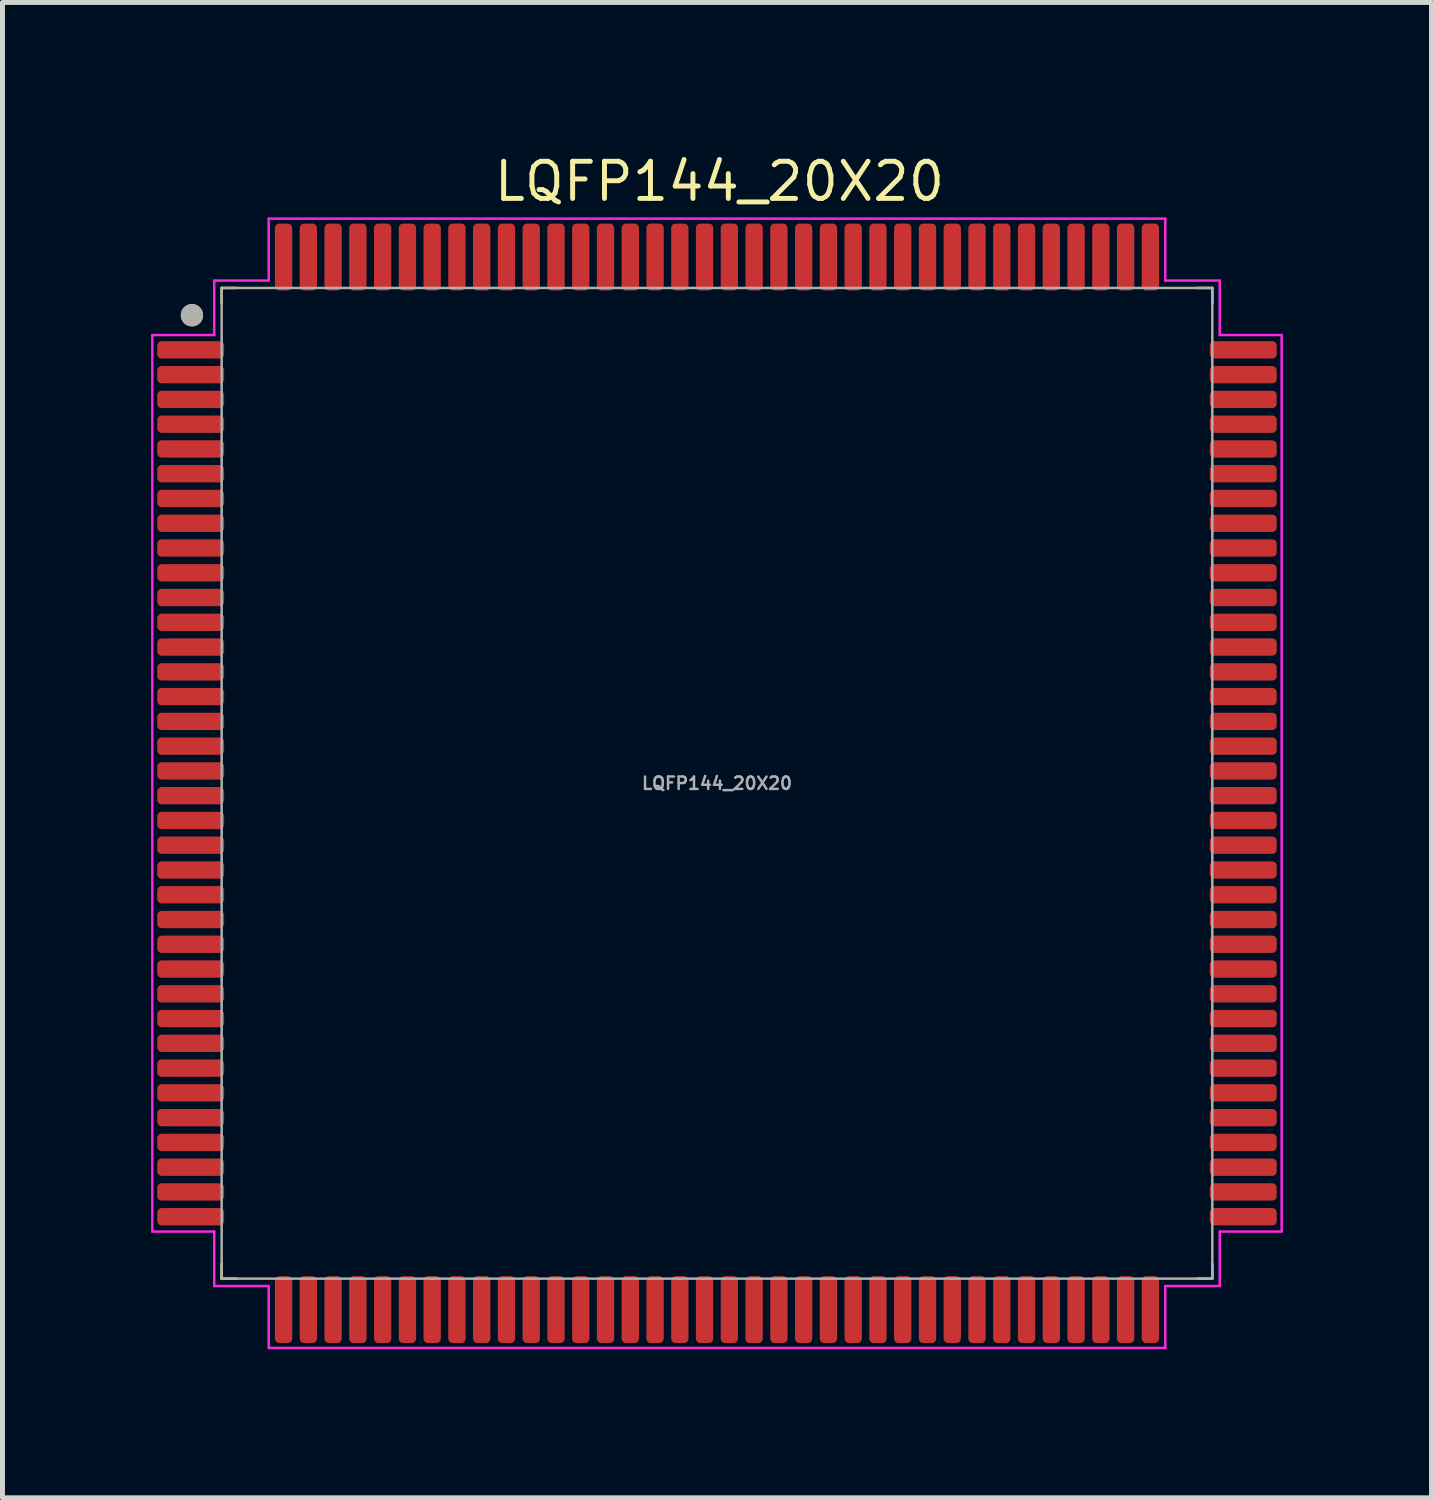
<source format=kicad_pcb>
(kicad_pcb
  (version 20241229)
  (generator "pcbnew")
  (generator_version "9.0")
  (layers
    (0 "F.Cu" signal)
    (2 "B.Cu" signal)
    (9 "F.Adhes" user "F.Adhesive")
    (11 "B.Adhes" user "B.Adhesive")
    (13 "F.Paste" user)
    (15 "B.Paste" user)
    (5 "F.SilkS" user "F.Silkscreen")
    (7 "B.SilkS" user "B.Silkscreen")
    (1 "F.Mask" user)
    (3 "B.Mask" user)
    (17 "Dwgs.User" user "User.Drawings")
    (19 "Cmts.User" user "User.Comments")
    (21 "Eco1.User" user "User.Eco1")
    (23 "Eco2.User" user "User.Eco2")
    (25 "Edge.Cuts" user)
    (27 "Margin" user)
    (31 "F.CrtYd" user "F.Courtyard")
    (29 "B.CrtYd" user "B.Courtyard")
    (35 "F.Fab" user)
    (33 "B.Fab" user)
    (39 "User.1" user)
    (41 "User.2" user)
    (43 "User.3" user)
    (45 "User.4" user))
  (footprint "LQFP144_20X20"
    (layer "F.Cu")
    (at 11.425 12.764)
    (property "Reference" "LQFP144_20X20" (at 0.05 -12.15 0) (unlocked yes) (layer "F.SilkS") (effects (font (size 0.75 0.75) (thickness 0.1))))
    (attr smd)
    (fp_line (start -10 -10) (end -10 -9.7) (stroke (width 0.05) (type solid)) (layer "F.SilkS"))
    (fp_line (start -10 -10) (end -9.7 -10) (stroke (width 0.05) (type solid)) (layer "F.SilkS"))
    (fp_line (start -10 10) (end -10 9.7) (stroke (width 0.05) (type solid)) (layer "F.SilkS"))
    (fp_line (start -10 10) (end -9.7 10) (stroke (width 0.05) (type solid)) (layer "F.SilkS"))
    (fp_line (start 10 -10) (end 9.7 -10) (stroke (width 0.05) (type solid)) (layer "F.SilkS"))
    (fp_line (start 10 -10) (end 10 -9.7) (stroke (width 0.05) (type solid)) (layer "F.SilkS"))
    (fp_line (start 10 10) (end 9.7 10) (stroke (width 0.05) (type solid)) (layer "F.SilkS"))
    (fp_line (start 10 10) (end 10 9.7) (stroke (width 0.05) (type solid)) (layer "F.SilkS"))
    (fp_circle (center -10.6 -9.45) (end -10.6 -9.45) (stroke (width 0.05) (type solid)) (fill no) (layer "F.SilkS"))
    (fp_circle (center -10.6 -9.45) (end -10.55 -9.45) (stroke (width 0.05) (type solid)) (fill no) (layer "F.SilkS"))
    (fp_circle (center -10.6 -9.45) (end -10.5 -9.45) (stroke (width 0.05) (type solid)) (fill no) (layer "F.SilkS"))
    (fp_circle (center -10.6 -9.45) (end -10.45 -9.45) (stroke (width 0.05) (type solid)) (fill no) (layer "F.SilkS"))
    (fp_circle (center -10.6 -9.45) (end -10.4 -9.45) (stroke (width 0.05) (type solid)) (fill no) (layer "F.SilkS"))
    (fp_line (start -11.4 -9.05) (end -10.15 -9.05) (stroke (width 0.05) (type solid)) (layer "F.CrtYd"))
    (fp_line (start -11.4 9.05) (end -11.4 -9.05) (stroke (width 0.05) (type solid)) (layer "F.CrtYd"))
    (fp_line (start -10.15 -10.15) (end -9.05 -10.15) (stroke (width 0.05) (type solid)) (layer "F.CrtYd"))
    (fp_line (start -10.15 -9.05) (end -10.15 -10.15) (stroke (width 0.05) (type solid)) (layer "F.CrtYd"))
    (fp_line (start -10.15 9.05) (end -11.4 9.05) (stroke (width 0.05) (type solid)) (layer "F.CrtYd"))
    (fp_line (start -10.15 10.15) (end -10.15 9.05) (stroke (width 0.05) (type solid)) (layer "F.CrtYd"))
    (fp_line (start -9.05 -11.4) (end 9.05 -11.4) (stroke (width 0.05) (type solid)) (layer "F.CrtYd"))
    (fp_line (start -9.05 -10.15) (end -9.05 -11.4) (stroke (width 0.05) (type solid)) (layer "F.CrtYd"))
    (fp_line (start -9.05 10.15) (end -10.15 10.15) (stroke (width 0.05) (type solid)) (layer "F.CrtYd"))
    (fp_line (start -9.05 11.4) (end -9.05 10.15) (stroke (width 0.05) (type solid)) (layer "F.CrtYd"))
    (fp_line (start 9.05 -11.4) (end 9.05 -10.15) (stroke (width 0.05) (type solid)) (layer "F.CrtYd"))
    (fp_line (start 9.05 -10.15) (end 10.15 -10.15) (stroke (width 0.05) (type solid)) (layer "F.CrtYd"))
    (fp_line (start 9.05 10.15) (end 9.05 11.4) (stroke (width 0.05) (type solid)) (layer "F.CrtYd"))
    (fp_line (start 9.05 11.4) (end -9.05 11.4) (stroke (width 0.05) (type solid)) (layer "F.CrtYd"))
    (fp_line (start 10.15 -10.15) (end 10.15 -9.05) (stroke (width 0.05) (type solid)) (layer "F.CrtYd"))
    (fp_line (start 10.15 -9.05) (end 11.4 -9.05) (stroke (width 0.05) (type solid)) (layer "F.CrtYd"))
    (fp_line (start 10.15 9.05) (end 10.15 10.15) (stroke (width 0.05) (type solid)) (layer "F.CrtYd"))
    (fp_line (start 10.15 10.15) (end 9.05 10.15) (stroke (width 0.05) (type solid)) (layer "F.CrtYd"))
    (fp_line (start 11.4 -9.05) (end 11.4 9.05) (stroke (width 0.05) (type solid)) (layer "F.CrtYd"))
    (fp_line (start 11.4 9.05) (end 10.15 9.05) (stroke (width 0.05) (type solid)) (layer "F.CrtYd"))
    (fp_line (start -10 -10) (end -10 10) (stroke (width 0.05) (type solid)) (layer "F.Fab"))
    (fp_line (start -10 -10) (end 10 -10) (stroke (width 0.05) (type solid)) (layer "F.Fab"))
    (fp_line (start -10 10) (end 10 10) (stroke (width 0.05) (type solid)) (layer "F.Fab"))
    (fp_line (start 10 10) (end 10 -10) (stroke (width 0.05) (type solid)) (layer "F.Fab"))
    (fp_circle (center -10.6 -9.45) (end -10.6 -9.45) (stroke (width 0.05) (type solid)) (fill no) (layer "F.Fab"))
    (fp_circle (center -10.6 -9.45) (end -10.55 -9.45) (stroke (width 0.05) (type solid)) (fill no) (layer "F.Fab"))
    (fp_circle (center -10.6 -9.45) (end -10.5 -9.45) (stroke (width 0.05) (type solid)) (fill no) (layer "F.Fab"))
    (fp_circle (center -10.6 -9.45) (end -10.45 -9.45) (stroke (width 0.05) (type solid)) (fill no) (layer "F.Fab"))
    (fp_circle (center -10.6 -9.45) (end -10.4 -9.45) (stroke (width 0.05) (type solid)) (fill no) (layer "F.Fab"))
    (fp_text user "${REFERENCE}" (at 0 0 0) (unlocked yes) (layer "F.Fab") (effects (font (size 0.25 0.25) (thickness 0.05))))
    (pad "1" smd roundrect (at -10.625 -8.75) (size 1.35 0.35) (layers "F.Cu" "F.Mask" "F.Paste") (roundrect_rratio 0.25))
    (pad "2" smd roundrect (at -10.625 -8.25) (size 1.35 0.35) (layers "F.Cu" "F.Mask" "F.Paste") (roundrect_rratio 0.25))
    (pad "3" smd roundrect (at -10.625 -7.75) (size 1.35 0.35) (layers "F.Cu" "F.Mask" "F.Paste") (roundrect_rratio 0.25))
    (pad "4" smd roundrect (at -10.625 -7.25) (size 1.35 0.35) (layers "F.Cu" "F.Mask" "F.Paste") (roundrect_rratio 0.25))
    (pad "5" smd roundrect (at -10.625 -6.75) (size 1.35 0.35) (layers "F.Cu" "F.Mask" "F.Paste") (roundrect_rratio 0.25))
    (pad "6" smd roundrect (at -10.625 -6.25) (size 1.35 0.35) (layers "F.Cu" "F.Mask" "F.Paste") (roundrect_rratio 0.25))
    (pad "7" smd roundrect (at -10.625 -5.75) (size 1.35 0.35) (layers "F.Cu" "F.Mask" "F.Paste") (roundrect_rratio 0.25))
    (pad "8" smd roundrect (at -10.625 -5.25) (size 1.35 0.35) (layers "F.Cu" "F.Mask" "F.Paste") (roundrect_rratio 0.25))
    (pad "9" smd roundrect (at -10.625 -4.75) (size 1.35 0.35) (layers "F.Cu" "F.Mask" "F.Paste") (roundrect_rratio 0.25))
    (pad "10" smd roundrect (at -10.625 -4.25) (size 1.35 0.35) (layers "F.Cu" "F.Mask" "F.Paste") (roundrect_rratio 0.25))
    (pad "11" smd roundrect (at -10.625 -3.75) (size 1.35 0.35) (layers "F.Cu" "F.Mask" "F.Paste") (roundrect_rratio 0.25))
    (pad "12" smd roundrect (at -10.625 -3.25) (size 1.35 0.35) (layers "F.Cu" "F.Mask" "F.Paste") (roundrect_rratio 0.25))
    (pad "13" smd roundrect (at -10.625 -2.75) (size 1.35 0.35) (layers "F.Cu" "F.Mask" "F.Paste") (roundrect_rratio 0.25))
    (pad "14" smd roundrect (at -10.625 -2.25) (size 1.35 0.35) (layers "F.Cu" "F.Mask" "F.Paste") (roundrect_rratio 0.25))
    (pad "15" smd roundrect (at -10.625 -1.75) (size 1.35 0.35) (layers "F.Cu" "F.Mask" "F.Paste") (roundrect_rratio 0.25))
    (pad "16" smd roundrect (at -10.625 -1.25) (size 1.35 0.35) (layers "F.Cu" "F.Mask" "F.Paste") (roundrect_rratio 0.25))
    (pad "17" smd roundrect (at -10.625 -0.75) (size 1.35 0.35) (layers "F.Cu" "F.Mask" "F.Paste") (roundrect_rratio 0.25))
    (pad "18" smd roundrect (at -10.625 -0.25) (size 1.35 0.35) (layers "F.Cu" "F.Mask" "F.Paste") (roundrect_rratio 0.25))
    (pad "19" smd roundrect (at -10.625 0.25) (size 1.35 0.35) (layers "F.Cu" "F.Mask" "F.Paste") (roundrect_rratio 0.25))
    (pad "20" smd roundrect (at -10.625 0.75) (size 1.35 0.35) (layers "F.Cu" "F.Mask" "F.Paste") (roundrect_rratio 0.25))
    (pad "21" smd roundrect (at -10.625 1.25) (size 1.35 0.35) (layers "F.Cu" "F.Mask" "F.Paste") (roundrect_rratio 0.25))
    (pad "22" smd roundrect (at -10.625 1.75) (size 1.35 0.35) (layers "F.Cu" "F.Mask" "F.Paste") (roundrect_rratio 0.25))
    (pad "23" smd roundrect (at -10.625 2.25) (size 1.35 0.35) (layers "F.Cu" "F.Mask" "F.Paste") (roundrect_rratio 0.25))
    (pad "24" smd roundrect (at -10.625 2.75) (size 1.35 0.35) (layers "F.Cu" "F.Mask" "F.Paste") (roundrect_rratio 0.25))
    (pad "25" smd roundrect (at -10.625 3.25) (size 1.35 0.35) (layers "F.Cu" "F.Mask" "F.Paste") (roundrect_rratio 0.25))
    (pad "26" smd roundrect (at -10.625 3.75) (size 1.35 0.35) (layers "F.Cu" "F.Mask" "F.Paste") (roundrect_rratio 0.25))
    (pad "27" smd roundrect (at -10.625 4.25) (size 1.35 0.35) (layers "F.Cu" "F.Mask" "F.Paste") (roundrect_rratio 0.25))
    (pad "28" smd roundrect (at -10.625 4.75) (size 1.35 0.35) (layers "F.Cu" "F.Mask" "F.Paste") (roundrect_rratio 0.25))
    (pad "29" smd roundrect (at -10.625 5.25) (size 1.35 0.35) (layers "F.Cu" "F.Mask" "F.Paste") (roundrect_rratio 0.25))
    (pad "30" smd roundrect (at -10.625 5.75) (size 1.35 0.35) (layers "F.Cu" "F.Mask" "F.Paste") (roundrect_rratio 0.25))
    (pad "31" smd roundrect (at -10.625 6.25) (size 1.35 0.35) (layers "F.Cu" "F.Mask" "F.Paste") (roundrect_rratio 0.25))
    (pad "32" smd roundrect (at -10.625 6.75) (size 1.35 0.35) (layers "F.Cu" "F.Mask" "F.Paste") (roundrect_rratio 0.25))
    (pad "33" smd roundrect (at -10.625 7.25) (size 1.35 0.35) (layers "F.Cu" "F.Mask" "F.Paste") (roundrect_rratio 0.25))
    (pad "34" smd roundrect (at -10.625 7.75) (size 1.35 0.35) (layers "F.Cu" "F.Mask" "F.Paste") (roundrect_rratio 0.25))
    (pad "35" smd roundrect (at -10.625 8.25) (size 1.35 0.35) (layers "F.Cu" "F.Mask" "F.Paste") (roundrect_rratio 0.25))
    (pad "36" smd roundrect (at -10.625 8.75) (size 1.35 0.35) (layers "F.Cu" "F.Mask" "F.Paste") (roundrect_rratio 0.25))
    (pad "37" smd roundrect (at -8.75 10.625 90) (size 1.35 0.35) (layers "F.Cu" "F.Mask" "F.Paste") (roundrect_rratio 0.25))
    (pad "38" smd roundrect (at -8.25 10.625 90) (size 1.35 0.35) (layers "F.Cu" "F.Mask" "F.Paste") (roundrect_rratio 0.25))
    (pad "39" smd roundrect (at -7.75 10.625 270) (size 1.35 0.35) (layers "F.Cu" "F.Mask" "F.Paste") (roundrect_rratio 0.25))
    (pad "40" smd roundrect (at -7.25 10.625 90) (size 1.35 0.35) (layers "F.Cu" "F.Mask" "F.Paste") (roundrect_rratio 0.25))
    (pad "41" smd roundrect (at -6.75 10.625 90) (size 1.35 0.35) (layers "F.Cu" "F.Mask" "F.Paste") (roundrect_rratio 0.25))
    (pad "42" smd roundrect (at -6.25 10.625 90) (size 1.35 0.35) (layers "F.Cu" "F.Mask" "F.Paste") (roundrect_rratio 0.25))
    (pad "43" smd roundrect (at -5.75 10.625 90) (size 1.35 0.35) (layers "F.Cu" "F.Mask" "F.Paste") (roundrect_rratio 0.25))
    (pad "44" smd roundrect (at -5.25 10.625 90) (size 1.35 0.35) (layers "F.Cu" "F.Mask" "F.Paste") (roundrect_rratio 0.25))
    (pad "45" smd roundrect (at -4.75 10.625 90) (size 1.35 0.35) (layers "F.Cu" "F.Mask" "F.Paste") (roundrect_rratio 0.25))
    (pad "46" smd roundrect (at -4.25 10.625 90) (size 1.35 0.35) (layers "F.Cu" "F.Mask" "F.Paste") (roundrect_rratio 0.25))
    (pad "47" smd roundrect (at -3.75 10.625 90) (size 1.35 0.35) (layers "F.Cu" "F.Mask" "F.Paste") (roundrect_rratio 0.25))
    (pad "48" smd roundrect (at -3.25 10.625 90) (size 1.35 0.35) (layers "F.Cu" "F.Mask" "F.Paste") (roundrect_rratio 0.25))
    (pad "49" smd roundrect (at -2.75 10.625 90) (size 1.35 0.35) (layers "F.Cu" "F.Mask" "F.Paste") (roundrect_rratio 0.25))
    (pad "50" smd roundrect (at -2.25 10.625 90) (size 1.35 0.35) (layers "F.Cu" "F.Mask" "F.Paste") (roundrect_rratio 0.25))
    (pad "51" smd roundrect (at -1.75 10.625 90) (size 1.35 0.35) (layers "F.Cu" "F.Mask" "F.Paste") (roundrect_rratio 0.25))
    (pad "52" smd roundrect (at -1.25 10.625 90) (size 1.35 0.35) (layers "F.Cu" "F.Mask" "F.Paste") (roundrect_rratio 0.25))
    (pad "53" smd roundrect (at -0.75 10.625 90) (size 1.35 0.35) (layers "F.Cu" "F.Mask" "F.Paste") (roundrect_rratio 0.25))
    (pad "54" smd roundrect (at -0.25 10.625 90) (size 1.35 0.35) (layers "F.Cu" "F.Mask" "F.Paste") (roundrect_rratio 0.25))
    (pad "55" smd roundrect (at 0.25 10.625 90) (size 1.35 0.35) (layers "F.Cu" "F.Mask" "F.Paste") (roundrect_rratio 0.25))
    (pad "56" smd roundrect (at 0.75 10.625 90) (size 1.35 0.35) (layers "F.Cu" "F.Mask" "F.Paste") (roundrect_rratio 0.25))
    (pad "57" smd roundrect (at 1.25 10.625 90) (size 1.35 0.35) (layers "F.Cu" "F.Mask" "F.Paste") (roundrect_rratio 0.25))
    (pad "58" smd roundrect (at 1.75 10.625 90) (size 1.35 0.35) (layers "F.Cu" "F.Mask" "F.Paste") (roundrect_rratio 0.25))
    (pad "59" smd roundrect (at 2.25 10.625 90) (size 1.35 0.35) (layers "F.Cu" "F.Mask" "F.Paste") (roundrect_rratio 0.25))
    (pad "60" smd roundrect (at 2.75 10.625 90) (size 1.35 0.35) (layers "F.Cu" "F.Mask" "F.Paste") (roundrect_rratio 0.25))
    (pad "61" smd roundrect (at 3.25 10.625 90) (size 1.35 0.35) (layers "F.Cu" "F.Mask" "F.Paste") (roundrect_rratio 0.25))
    (pad "62" smd roundrect (at 3.75 10.625 90) (size 1.35 0.35) (layers "F.Cu" "F.Mask" "F.Paste") (roundrect_rratio 0.25))
    (pad "63" smd roundrect (at 4.25 10.625 90) (size 1.35 0.35) (layers "F.Cu" "F.Mask" "F.Paste") (roundrect_rratio 0.25))
    (pad "64" smd roundrect (at 4.75 10.625 90) (size 1.35 0.35) (layers "F.Cu" "F.Mask" "F.Paste") (roundrect_rratio 0.25))
    (pad "65" smd roundrect (at 5.25 10.625 90) (size 1.35 0.35) (layers "F.Cu" "F.Mask" "F.Paste") (roundrect_rratio 0.25))
    (pad "66" smd roundrect (at 5.75 10.625 90) (size 1.35 0.35) (layers "F.Cu" "F.Mask" "F.Paste") (roundrect_rratio 0.25))
    (pad "67" smd roundrect (at 6.25 10.625 90) (size 1.35 0.35) (layers "F.Cu" "F.Mask" "F.Paste") (roundrect_rratio 0.25))
    (pad "68" smd roundrect (at 6.75 10.625 90) (size 1.35 0.35) (layers "F.Cu" "F.Mask" "F.Paste") (roundrect_rratio 0.25))
    (pad "69" smd roundrect (at 7.25 10.625 90) (size 1.35 0.35) (layers "F.Cu" "F.Mask" "F.Paste") (roundrect_rratio 0.25))
    (pad "70" smd roundrect (at 7.75 10.625 90) (size 1.35 0.35) (layers "F.Cu" "F.Mask" "F.Paste") (roundrect_rratio 0.25))
    (pad "71" smd roundrect (at 8.25 10.625 90) (size 1.35 0.35) (layers "F.Cu" "F.Mask" "F.Paste") (roundrect_rratio 0.25))
    (pad "72" smd roundrect (at 8.75 10.625 90) (size 1.35 0.35) (layers "F.Cu" "F.Mask" "F.Paste") (roundrect_rratio 0.25))
    (pad "73" smd roundrect (at 10.625 8.75 180) (size 1.35 0.35) (layers "F.Cu" "F.Mask" "F.Paste") (roundrect_rratio 0.25))
    (pad "74" smd roundrect (at 10.625 8.25 180) (size 1.35 0.35) (layers "F.Cu" "F.Mask" "F.Paste") (roundrect_rratio 0.25))
    (pad "75" smd roundrect (at 10.625 7.75 180) (size 1.35 0.35) (layers "F.Cu" "F.Mask" "F.Paste") (roundrect_rratio 0.25))
    (pad "76" smd roundrect (at 10.625 7.25 180) (size 1.35 0.35) (layers "F.Cu" "F.Mask" "F.Paste") (roundrect_rratio 0.25))
    (pad "77" smd roundrect (at 10.625 6.75 180) (size 1.35 0.35) (layers "F.Cu" "F.Mask" "F.Paste") (roundrect_rratio 0.25))
    (pad "78" smd roundrect (at 10.625 6.25 180) (size 1.35 0.35) (layers "F.Cu" "F.Mask" "F.Paste") (roundrect_rratio 0.25))
    (pad "79" smd roundrect (at 10.625 5.75 180) (size 1.35 0.35) (layers "F.Cu" "F.Mask" "F.Paste") (roundrect_rratio 0.25))
    (pad "80" smd roundrect (at 10.625 5.25 180) (size 1.35 0.35) (layers "F.Cu" "F.Mask" "F.Paste") (roundrect_rratio 0.25))
    (pad "81" smd roundrect (at 10.625 4.75 180) (size 1.35 0.35) (layers "F.Cu" "F.Mask" "F.Paste") (roundrect_rratio 0.25))
    (pad "82" smd roundrect (at 10.625 4.25 180) (size 1.35 0.35) (layers "F.Cu" "F.Mask" "F.Paste") (roundrect_rratio 0.25))
    (pad "83" smd roundrect (at 10.625 3.75 180) (size 1.35 0.35) (layers "F.Cu" "F.Mask" "F.Paste") (roundrect_rratio 0.25))
    (pad "84" smd roundrect (at 10.625 3.25 180) (size 1.35 0.35) (layers "F.Cu" "F.Mask" "F.Paste") (roundrect_rratio 0.25))
    (pad "85" smd roundrect (at 10.625 2.75 180) (size 1.35 0.35) (layers "F.Cu" "F.Mask" "F.Paste") (roundrect_rratio 0.25))
    (pad "86" smd roundrect (at 10.625 2.25 180) (size 1.35 0.35) (layers "F.Cu" "F.Mask" "F.Paste") (roundrect_rratio 0.25))
    (pad "87" smd roundrect (at 10.625 1.75 180) (size 1.35 0.35) (layers "F.Cu" "F.Mask" "F.Paste") (roundrect_rratio 0.25))
    (pad "88" smd roundrect (at 10.625 1.25 180) (size 1.35 0.35) (layers "F.Cu" "F.Mask" "F.Paste") (roundrect_rratio 0.25))
    (pad "89" smd roundrect (at 10.625 0.75 180) (size 1.35 0.35) (layers "F.Cu" "F.Mask" "F.Paste") (roundrect_rratio 0.25))
    (pad "90" smd roundrect (at 10.625 0.25 180) (size 1.35 0.35) (layers "F.Cu" "F.Mask" "F.Paste") (roundrect_rratio 0.25))
    (pad "91" smd roundrect (at 10.625 -0.25 180) (size 1.35 0.35) (layers "F.Cu" "F.Mask" "F.Paste") (roundrect_rratio 0.25))
    (pad "92" smd roundrect (at 10.625 -0.75 180) (size 1.35 0.35) (layers "F.Cu" "F.Mask" "F.Paste") (roundrect_rratio 0.25))
    (pad "93" smd roundrect (at 10.625 -1.25 180) (size 1.35 0.35) (layers "F.Cu" "F.Mask" "F.Paste") (roundrect_rratio 0.25))
    (pad "94" smd roundrect (at 10.625 -1.75 180) (size 1.35 0.35) (layers "F.Cu" "F.Mask" "F.Paste") (roundrect_rratio 0.25))
    (pad "95" smd roundrect (at 10.625 -2.25 180) (size 1.35 0.35) (layers "F.Cu" "F.Mask" "F.Paste") (roundrect_rratio 0.25))
    (pad "96" smd roundrect (at 10.625 -2.75 180) (size 1.35 0.35) (layers "F.Cu" "F.Mask" "F.Paste") (roundrect_rratio 0.25))
    (pad "97" smd roundrect (at 10.625 -3.25 180) (size 1.35 0.35) (layers "F.Cu" "F.Mask" "F.Paste") (roundrect_rratio 0.25))
    (pad "98" smd roundrect (at 10.625 -3.75 180) (size 1.35 0.35) (layers "F.Cu" "F.Mask" "F.Paste") (roundrect_rratio 0.25))
    (pad "99" smd roundrect (at 10.625 -4.25 180) (size 1.35 0.35) (layers "F.Cu" "F.Mask" "F.Paste") (roundrect_rratio 0.25))
    (pad "100" smd roundrect (at 10.625 -4.75 180) (size 1.35 0.35) (layers "F.Cu" "F.Mask" "F.Paste") (roundrect_rratio 0.25))
    (pad "101" smd roundrect (at 10.625 -5.25 180) (size 1.35 0.35) (layers "F.Cu" "F.Mask" "F.Paste") (roundrect_rratio 0.25))
    (pad "102" smd roundrect (at 10.625 -5.75 180) (size 1.35 0.35) (layers "F.Cu" "F.Mask" "F.Paste") (roundrect_rratio 0.25))
    (pad "103" smd roundrect (at 10.625 -6.25 180) (size 1.35 0.35) (layers "F.Cu" "F.Mask" "F.Paste") (roundrect_rratio 0.25))
    (pad "104" smd roundrect (at 10.625 -6.75 180) (size 1.35 0.35) (layers "F.Cu" "F.Mask" "F.Paste") (roundrect_rratio 0.25))
    (pad "105" smd roundrect (at 10.625 -7.25 180) (size 1.35 0.35) (layers "F.Cu" "F.Mask" "F.Paste") (roundrect_rratio 0.25))
    (pad "106" smd roundrect (at 10.625 -7.75 180) (size 1.35 0.35) (layers "F.Cu" "F.Mask" "F.Paste") (roundrect_rratio 0.25))
    (pad "107" smd roundrect (at 10.625 -8.25 180) (size 1.35 0.35) (layers "F.Cu" "F.Mask" "F.Paste") (roundrect_rratio 0.25))
    (pad "108" smd roundrect (at 10.625 -8.75 180) (size 1.35 0.35) (layers "F.Cu" "F.Mask" "F.Paste") (roundrect_rratio 0.25))
    (pad "109" smd roundrect (at 8.75 -10.625 270) (size 1.35 0.35) (layers "F.Cu" "F.Mask" "F.Paste") (roundrect_rratio 0.25))
    (pad "110" smd roundrect (at 8.25 -10.625 270) (size 1.35 0.35) (layers "F.Cu" "F.Mask" "F.Paste") (roundrect_rratio 0.25))
    (pad "111" smd roundrect (at 7.75 -10.625 270) (size 1.35 0.35) (layers "F.Cu" "F.Mask" "F.Paste") (roundrect_rratio 0.25))
    (pad "112" smd roundrect (at 7.25 -10.625 270) (size 1.35 0.35) (layers "F.Cu" "F.Mask" "F.Paste") (roundrect_rratio 0.25))
    (pad "113" smd roundrect (at 6.75 -10.625 270) (size 1.35 0.35) (layers "F.Cu" "F.Mask" "F.Paste") (roundrect_rratio 0.25))
    (pad "114" smd roundrect (at 6.25 -10.625 270) (size 1.35 0.35) (layers "F.Cu" "F.Mask" "F.Paste") (roundrect_rratio 0.25))
    (pad "115" smd roundrect (at 5.75 -10.625 270) (size 1.35 0.35) (layers "F.Cu" "F.Mask" "F.Paste") (roundrect_rratio 0.25))
    (pad "116" smd roundrect (at 5.25 -10.625 270) (size 1.35 0.35) (layers "F.Cu" "F.Mask" "F.Paste") (roundrect_rratio 0.25))
    (pad "117" smd roundrect (at 4.75 -10.625 270) (size 1.35 0.35) (layers "F.Cu" "F.Mask" "F.Paste") (roundrect_rratio 0.25))
    (pad "118" smd roundrect (at 4.25 -10.625 270) (size 1.35 0.35) (layers "F.Cu" "F.Mask" "F.Paste") (roundrect_rratio 0.25))
    (pad "119" smd roundrect (at 3.75 -10.625 270) (size 1.35 0.35) (layers "F.Cu" "F.Mask" "F.Paste") (roundrect_rratio 0.25))
    (pad "120" smd roundrect (at 3.25 -10.625 270) (size 1.35 0.35) (layers "F.Cu" "F.Mask" "F.Paste") (roundrect_rratio 0.25))
    (pad "121" smd roundrect (at 2.75 -10.625 270) (size 1.35 0.35) (layers "F.Cu" "F.Mask" "F.Paste") (roundrect_rratio 0.25))
    (pad "122" smd roundrect (at 2.25 -10.625 270) (size 1.35 0.35) (layers "F.Cu" "F.Mask" "F.Paste") (roundrect_rratio 0.25))
    (pad "123" smd roundrect (at 1.75 -10.625 270) (size 1.35 0.35) (layers "F.Cu" "F.Mask" "F.Paste") (roundrect_rratio 0.25))
    (pad "124" smd roundrect (at 1.25 -10.625 270) (size 1.35 0.35) (layers "F.Cu" "F.Mask" "F.Paste") (roundrect_rratio 0.25))
    (pad "125" smd roundrect (at 0.75 -10.625 270) (size 1.35 0.35) (layers "F.Cu" "F.Mask" "F.Paste") (roundrect_rratio 0.25))
    (pad "126" smd roundrect (at 0.25 -10.625 270) (size 1.35 0.35) (layers "F.Cu" "F.Mask" "F.Paste") (roundrect_rratio 0.25))
    (pad "127" smd roundrect (at -0.25 -10.625 270) (size 1.35 0.35) (layers "F.Cu" "F.Mask" "F.Paste") (roundrect_rratio 0.25))
    (pad "128" smd roundrect (at -0.75 -10.625 270) (size 1.35 0.35) (layers "F.Cu" "F.Mask" "F.Paste") (roundrect_rratio 0.25))
    (pad "129" smd roundrect (at -1.25 -10.625 270) (size 1.35 0.35) (layers "F.Cu" "F.Mask" "F.Paste") (roundrect_rratio 0.25))
    (pad "130" smd roundrect (at -1.75 -10.625 270) (size 1.35 0.35) (layers "F.Cu" "F.Mask" "F.Paste") (roundrect_rratio 0.25))
    (pad "131" smd roundrect (at -2.25 -10.625 270) (size 1.35 0.35) (layers "F.Cu" "F.Mask" "F.Paste") (roundrect_rratio 0.25))
    (pad "132" smd roundrect (at -2.75 -10.625 270) (size 1.35 0.35) (layers "F.Cu" "F.Mask" "F.Paste") (roundrect_rratio 0.25))
    (pad "133" smd roundrect (at -3.25 -10.625 270) (size 1.35 0.35) (layers "F.Cu" "F.Mask" "F.Paste") (roundrect_rratio 0.25))
    (pad "134" smd roundrect (at -3.75 -10.625 270) (size 1.35 0.35) (layers "F.Cu" "F.Mask" "F.Paste") (roundrect_rratio 0.25))
    (pad "135" smd roundrect (at -4.25 -10.625 270) (size 1.35 0.35) (layers "F.Cu" "F.Mask" "F.Paste") (roundrect_rratio 0.25))
    (pad "136" smd roundrect (at -4.75 -10.625 270) (size 1.35 0.35) (layers "F.Cu" "F.Mask" "F.Paste") (roundrect_rratio 0.25))
    (pad "137" smd roundrect (at -5.25 -10.625 270) (size 1.35 0.35) (layers "F.Cu" "F.Mask" "F.Paste") (roundrect_rratio 0.25))
    (pad "138" smd roundrect (at -5.75 -10.625 270) (size 1.35 0.35) (layers "F.Cu" "F.Mask" "F.Paste") (roundrect_rratio 0.25))
    (pad "139" smd roundrect (at -6.25 -10.625 270) (size 1.35 0.35) (layers "F.Cu" "F.Mask" "F.Paste") (roundrect_rratio 0.25))
    (pad "140" smd roundrect (at -6.75 -10.625 270) (size 1.35 0.35) (layers "F.Cu" "F.Mask" "F.Paste") (roundrect_rratio 0.25))
    (pad "141" smd roundrect (at -7.25 -10.625 270) (size 1.35 0.35) (layers "F.Cu" "F.Mask" "F.Paste") (roundrect_rratio 0.25))
    (pad "142" smd roundrect (at -7.75 -10.625 270) (size 1.35 0.35) (layers "F.Cu" "F.Mask" "F.Paste") (roundrect_rratio 0.25))
    (pad "143" smd roundrect (at -8.25 -10.625 270) (size 1.35 0.35) (layers "F.Cu" "F.Mask" "F.Paste") (roundrect_rratio 0.25))
    (pad "144" smd roundrect (at -8.75 -10.625 270) (size 1.35 0.35) (layers "F.Cu" "F.Mask" "F.Paste") (roundrect_rratio 0.25)))
  (gr_rect
    (start -3 -3)
    (end 25.85 27.189)
    (stroke (width 0.1) (type default))
    (fill no)
    (layer "Edge.Cuts")))
</source>
